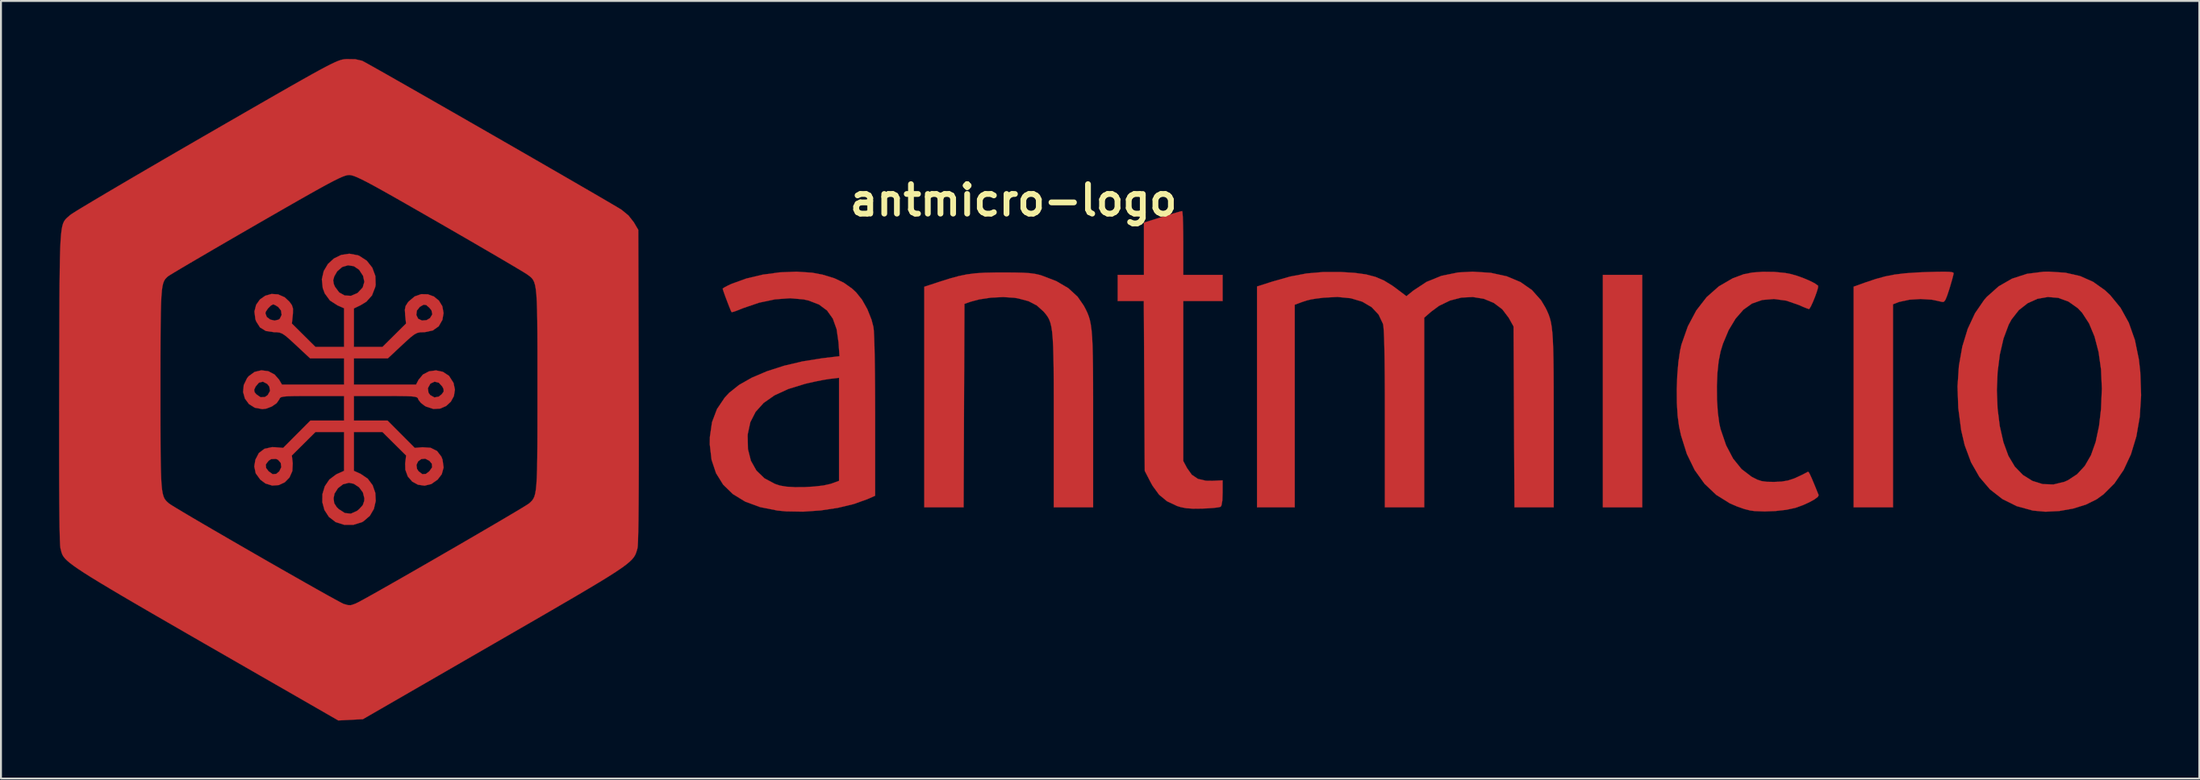
<source format=kicad_pcb>
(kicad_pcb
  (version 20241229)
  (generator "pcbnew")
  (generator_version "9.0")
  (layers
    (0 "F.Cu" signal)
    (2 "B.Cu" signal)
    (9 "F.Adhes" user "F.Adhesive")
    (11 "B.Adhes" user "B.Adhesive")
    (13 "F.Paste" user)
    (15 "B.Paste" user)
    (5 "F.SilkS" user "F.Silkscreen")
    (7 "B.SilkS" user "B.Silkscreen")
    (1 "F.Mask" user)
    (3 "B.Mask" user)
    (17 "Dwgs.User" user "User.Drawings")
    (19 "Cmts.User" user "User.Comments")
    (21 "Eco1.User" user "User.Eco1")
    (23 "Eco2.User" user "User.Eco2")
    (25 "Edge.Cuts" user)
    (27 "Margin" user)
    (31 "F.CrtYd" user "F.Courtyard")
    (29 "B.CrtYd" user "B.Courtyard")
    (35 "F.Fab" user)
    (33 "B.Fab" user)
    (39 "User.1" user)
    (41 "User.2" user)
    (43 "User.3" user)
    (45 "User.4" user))
  (footprint "antmicro-logo"
    (layer "F.Cu")
    (at 57.003 17.608)
    (property "Reference" "antmicro-logo" (at -7.7 -10.3 0) (layer "F.SilkS") (effects (font (size 1.524 1.524) (thickness 0.3))))
    (attr exclude_from_pos_files exclude_from_bom)
    (fp_poly (pts (xy 24.775 5.58) (xy 22.743 5.58) (xy 22.743 -6.443) (xy 24.775 -6.443) (xy 24.775 5.58)) (stroke (width 0.01) (type solid)) (fill yes) (layer "F.Cu"))
    (fp_poly (pts (xy 40.648 -6.599) (xy 40.8 -6.577) (xy 40.859 -6.542) (xy 40.861 -6.53) (xy 40.837 -6.406) (xy 40.773 -6.164) (xy 40.681 -5.849) (xy 40.639 -5.712) (xy 40.525 -5.366) (xy 40.439 -5.157) (xy 40.364 -5.057) (xy 40.286 -5.041) (xy 40.266 -5.046) (xy 39.74 -5.159) (xy 39.152 -5.196) (xy 38.569 -5.158) (xy 38.058 -5.048) (xy 37.962 -5.013) (xy 37.729 -4.923) (xy 37.729 5.58) (xy 35.697 5.58) (xy 35.697 -5.833) (xy 36.31 -6.053) (xy 36.844 -6.232) (xy 37.332 -6.365) (xy 37.821 -6.46) (xy 38.357 -6.525) (xy 38.988 -6.568) (xy 39.443 -6.587) (xy 39.988 -6.603) (xy 40.384 -6.607) (xy 40.648 -6.599)) (stroke (width 0.01) (type solid)) (fill yes) (layer "F.Cu"))
    (fp_poly (pts (xy 1.028 -9.664) (xy 1.044 -9.44) (xy 1.056 -9.098) (xy 1.064 -8.664) (xy 1.068 -8.163) (xy 1.068 -8.094) (xy 1.068 -6.443) (xy 3.1 -6.443) (xy 3.1 -5.088) (xy 1.068 -5.088) (xy 1.068 3.183) (xy 1.261 3.547) (xy 1.508 3.894) (xy 1.827 4.109) (xy 2.241 4.204) (xy 2.571 4.208) (xy 3.1 4.183) (xy 3.1 4.834) (xy 3.085 5.236) (xy 3.041 5.479) (xy 2.994 5.552) (xy 2.868 5.582) (xy 2.615 5.611) (xy 2.277 5.634) (xy 2.042 5.643) (xy 1.577 5.648) (xy 1.227 5.625) (xy 0.937 5.569) (xy 0.747 5.509) (xy 0.231 5.266) (xy -0.179 4.928) (xy -0.518 4.464) (xy -0.625 4.269) (xy -0.922 3.692) (xy -0.946 -0.698) (xy -0.97 -5.088) (xy -2.319 -5.088) (xy -2.319 -6.443) (xy -0.964 -6.443) (xy -0.964 -9.146) (xy -0.005 -9.445) (xy 0.373 -9.562) (xy 0.692 -9.658) (xy 0.916 -9.722) (xy 1.011 -9.745) (xy 1.028 -9.664)) (stroke (width 0.01) (type solid)) (fill yes) (layer "F.Cu"))
    (fp_poly (pts (xy -7.658 -6.565) (xy -7.208 -6.554) (xy -6.861 -6.531) (xy -6.586 -6.494) (xy -6.351 -6.441) (xy -6.259 -6.414) (xy -5.492 -6.12) (xy -4.871 -5.755) (xy -4.39 -5.313) (xy -4.073 -4.853) (xy -3.972 -4.663) (xy -3.886 -4.484) (xy -3.814 -4.3) (xy -3.754 -4.097) (xy -3.707 -3.859) (xy -3.669 -3.572) (xy -3.64 -3.221) (xy -3.619 -2.79) (xy -3.605 -2.265) (xy -3.596 -1.63) (xy -3.591 -0.871) (xy -3.589 0.027) (xy -3.589 1.068) (xy -3.589 5.58) (xy -5.621 5.58) (xy -5.621 1.108) (xy -5.621 0.055) (xy -5.623 -0.842) (xy -5.628 -1.599) (xy -5.638 -2.228) (xy -5.653 -2.746) (xy -5.676 -3.165) (xy -5.706 -3.499) (xy -5.747 -3.764) (xy -5.798 -3.973) (xy -5.861 -4.141) (xy -5.938 -4.281) (xy -6.03 -4.408) (xy -6.139 -4.536) (xy -6.145 -4.544) (xy -6.496 -4.86) (xy -6.923 -5.082) (xy -7.463 -5.226) (xy -7.664 -5.259) (xy -8.232 -5.295) (xy -8.86 -5.265) (xy -9.471 -5.174) (xy -9.916 -5.055) (xy -10.235 -4.944) (xy -10.257 0.318) (xy -10.279 5.58) (xy -12.309 5.58) (xy -12.309 -5.829) (xy -11.526 -6.086) (xy -10.987 -6.256) (xy -10.529 -6.381) (xy -10.107 -6.468) (xy -9.675 -6.524) (xy -9.187 -6.555) (xy -8.599 -6.567) (xy -8.245 -6.568) (xy -7.658 -6.565)) (stroke (width 0.01) (type solid)) (fill yes) (layer "F.Cu"))
    (fp_poly (pts (xy 16.95 -6.549) (xy 17.776 -6.369) (xy 18.487 -6.071) (xy 19.079 -5.657) (xy 19.55 -5.128) (xy 19.776 -4.749) (xy 19.865 -4.567) (xy 19.941 -4.391) (xy 20.005 -4.205) (xy 20.058 -3.996) (xy 20.1 -3.748) (xy 20.133 -3.446) (xy 20.158 -3.075) (xy 20.176 -2.62) (xy 20.189 -2.066) (xy 20.197 -1.399) (xy 20.201 -0.603) (xy 20.202 0.337) (xy 20.203 1.097) (xy 20.203 5.58) (xy 18.176 5.58) (xy 18.152 0.902) (xy 18.128 -3.776) (xy 17.881 -4.222) (xy 17.545 -4.665) (xy 17.108 -4.993) (xy 16.595 -5.205) (xy 16.03 -5.297) (xy 15.439 -5.269) (xy 14.848 -5.117) (xy 14.279 -4.841) (xy 13.874 -4.541) (xy 13.514 -4.228) (xy 13.514 5.58) (xy 11.482 5.58) (xy 11.482 0.997) (xy 11.481 -0.153) (xy 11.476 -1.14) (xy 11.468 -1.967) (xy 11.457 -2.643) (xy 11.443 -3.171) (xy 11.425 -3.557) (xy 11.404 -3.807) (xy 11.385 -3.909) (xy 11.158 -4.388) (xy 10.799 -4.772) (xy 10.318 -5.055) (xy 9.726 -5.233) (xy 9.033 -5.301) (xy 8.331 -5.264) (xy 7.948 -5.218) (xy 7.673 -5.174) (xy 7.446 -5.119) (xy 7.206 -5.04) (xy 7.058 -4.985) (xy 6.825 -4.898) (xy 6.825 5.58) (xy 4.878 5.58) (xy 4.878 -5.842) (xy 5.685 -6.1) (xy 6.593 -6.357) (xy 7.442 -6.517) (xy 8.302 -6.591) (xy 9.196 -6.591) (xy 9.913 -6.548) (xy 10.501 -6.468) (xy 10.997 -6.338) (xy 11.438 -6.149) (xy 11.863 -5.888) (xy 12.038 -5.761) (xy 12.594 -5.34) (xy 12.948 -5.627) (xy 13.634 -6.08) (xy 14.404 -6.393) (xy 15.264 -6.568) (xy 16.012 -6.609) (xy 16.95 -6.549)) (stroke (width 0.01) (type solid)) (fill yes) (layer "F.Cu"))
    (fp_poly (pts (xy 46.634 -6.554) (xy 47.391 -6.382) (xy 48.061 -6.085) (xy 48.666 -5.656) (xy 48.947 -5.395) (xy 49.483 -4.739) (xy 49.908 -3.968) (xy 50.223 -3.076) (xy 50.431 -2.059) (xy 50.503 -1.4) (xy 50.544 -0.216) (xy 50.475 0.892) (xy 50.299 1.911) (xy 50.02 2.834) (xy 49.641 3.647) (xy 49.166 4.343) (xy 48.599 4.908) (xy 48.248 5.162) (xy 47.693 5.438) (xy 47.032 5.643) (xy 46.319 5.769) (xy 45.605 5.806) (xy 44.955 5.747) (xy 44.119 5.518) (xy 43.379 5.15) (xy 42.737 4.648) (xy 42.196 4.013) (xy 41.76 3.25) (xy 41.431 2.363) (xy 41.251 1.59) (xy 41.101 0.443) (xy 41.069 -0.478) (xy 43.093 -0.478) (xy 43.13 0.467) (xy 43.243 1.376) (xy 43.432 2.212) (xy 43.689 2.917) (xy 44.02 3.473) (xy 44.44 3.907) (xy 44.928 4.212) (xy 45.461 4.378) (xy 46.019 4.397) (xy 46.581 4.26) (xy 46.768 4.177) (xy 47.243 3.864) (xy 47.637 3.436) (xy 47.955 2.884) (xy 48.198 2.198) (xy 48.373 1.371) (xy 48.474 0.5) (xy 48.518 -0.562) (xy 48.475 -1.552) (xy 48.348 -2.453) (xy 48.14 -3.252) (xy 47.856 -3.934) (xy 47.498 -4.484) (xy 47.276 -4.72) (xy 46.792 -5.062) (xy 46.268 -5.254) (xy 45.726 -5.299) (xy 45.19 -5.205) (xy 44.683 -4.977) (xy 44.229 -4.62) (xy 43.852 -4.139) (xy 43.705 -3.869) (xy 43.438 -3.154) (xy 43.247 -2.326) (xy 43.132 -1.421) (xy 43.093 -0.478) (xy 41.069 -0.478) (xy 41.062 -0.671) (xy 41.133 -1.737) (xy 41.309 -2.735) (xy 41.588 -3.648) (xy 41.965 -4.458) (xy 42.438 -5.148) (xy 42.578 -5.307) (xy 43.187 -5.85) (xy 43.875 -6.246) (xy 44.647 -6.497) (xy 45.508 -6.606) (xy 45.769 -6.611) (xy 46.634 -6.554)) (stroke (width 0.01) (type solid)) (fill yes) (layer "F.Cu"))
    (fp_poly (pts (xy 31.592 -6.597) (xy 32.15 -6.543) (xy 32.46 -6.484) (xy 32.779 -6.392) (xy 33.123 -6.267) (xy 33.445 -6.129) (xy 33.702 -5.996) (xy 33.85 -5.888) (xy 33.861 -5.873) (xy 33.852 -5.768) (xy 33.791 -5.561) (xy 33.698 -5.301) (xy 33.59 -5.037) (xy 33.488 -4.817) (xy 33.411 -4.69) (xy 33.391 -4.677) (xy 33.287 -4.707) (xy 33.079 -4.791) (xy 32.868 -4.884) (xy 32.221 -5.109) (xy 31.58 -5.196) (xy 30.974 -5.145) (xy 30.444 -4.959) (xy 30.001 -4.642) (xy 29.595 -4.177) (xy 29.238 -3.583) (xy 28.944 -2.88) (xy 28.82 -2.475) (xy 28.722 -1.976) (xy 28.658 -1.362) (xy 28.63 -0.682) (xy 28.637 0.013) (xy 28.68 0.672) (xy 28.757 1.247) (xy 28.82 1.529) (xy 29.107 2.37) (xy 29.469 3.06) (xy 29.906 3.601) (xy 30.419 3.994) (xy 30.459 4.016) (xy 30.718 4.148) (xy 30.946 4.223) (xy 31.209 4.258) (xy 31.572 4.265) (xy 31.59 4.265) (xy 31.971 4.248) (xy 32.306 4.191) (xy 32.645 4.079) (xy 33.041 3.895) (xy 33.337 3.739) (xy 33.374 3.763) (xy 33.438 3.874) (xy 33.536 4.09) (xy 33.678 4.428) (xy 33.871 4.905) (xy 33.889 4.951) (xy 33.841 5.042) (xy 33.669 5.17) (xy 33.407 5.315) (xy 33.091 5.459) (xy 32.756 5.583) (xy 32.669 5.61) (xy 32.214 5.707) (xy 31.665 5.769) (xy 31.096 5.792) (xy 30.58 5.772) (xy 30.363 5.744) (xy 30.045 5.664) (xy 29.664 5.53) (xy 29.304 5.374) (xy 28.602 4.937) (xy 27.995 4.362) (xy 27.487 3.654) (xy 27.08 2.817) (xy 26.778 1.855) (xy 26.677 1.387) (xy 26.603 0.832) (xy 26.565 0.176) (xy 26.559 -0.536) (xy 26.586 -1.255) (xy 26.643 -1.934) (xy 26.73 -2.524) (xy 26.803 -2.844) (xy 27.132 -3.781) (xy 27.566 -4.598) (xy 28.1 -5.288) (xy 28.729 -5.846) (xy 29.447 -6.264) (xy 30.018 -6.477) (xy 30.464 -6.564) (xy 31.009 -6.604) (xy 31.592 -6.597)) (stroke (width 0.01) (type solid)) (fill yes) (layer "F.Cu"))
    (fp_poly (pts (xy -18.101 -6.555) (xy -17.565 -6.454) (xy -16.956 -6.268) (xy -16.466 -6.036) (xy -16.041 -5.733) (xy -15.833 -5.541) (xy -15.525 -5.156) (xy -15.249 -4.664) (xy -15.035 -4.126) (xy -14.936 -3.743) (xy -14.916 -3.552) (xy -14.899 -3.206) (xy -14.883 -2.719) (xy -14.87 -2.105) (xy -14.86 -1.378) (xy -14.853 -0.552) (xy -14.85 0.358) (xy -14.849 0.846) (xy -14.849 4.979) (xy -15.246 5.155) (xy -15.957 5.41) (xy -16.78 5.607) (xy -17.667 5.74) (xy -18.569 5.803) (xy -19.438 5.789) (xy -19.896 5.745) (xy -20.795 5.566) (xy -21.562 5.282) (xy -22.198 4.893) (xy -22.7 4.403) (xy -23.067 3.812) (xy -23.297 3.123) (xy -23.389 2.336) (xy -23.385 1.941) (xy -23.374 1.866) (xy -21.434 1.866) (xy -21.419 2.567) (xy -21.266 3.172) (xy -20.981 3.678) (xy -20.566 4.078) (xy -20.024 4.368) (xy -19.764 4.454) (xy -19.433 4.51) (xy -18.989 4.536) (xy -18.487 4.533) (xy -17.98 4.503) (xy -17.521 4.449) (xy -17.166 4.371) (xy -17.114 4.354) (xy -16.712 4.209) (xy -16.712 -1.121) (xy -17.199 -1.062) (xy -17.51 -1.013) (xy -17.912 -0.934) (xy -18.334 -0.84) (xy -18.466 -0.808) (xy -19.334 -0.541) (xy -20.047 -0.213) (xy -20.609 0.18) (xy -21.023 0.641) (xy -21.295 1.174) (xy -21.427 1.783) (xy -21.434 1.866) (xy -23.374 1.866) (xy -23.275 1.178) (xy -23.019 0.5) (xy -22.615 -0.1) (xy -22.384 -0.347) (xy -21.875 -0.752) (xy -21.219 -1.125) (xy -20.44 -1.457) (xy -19.56 -1.741) (xy -18.6 -1.968) (xy -17.582 -2.13) (xy -17.567 -2.132) (xy -16.689 -2.238) (xy -16.74 -2.957) (xy -16.838 -3.635) (xy -17.033 -4.18) (xy -17.333 -4.601) (xy -17.747 -4.909) (xy -18.284 -5.116) (xy -18.542 -5.174) (xy -19.242 -5.235) (xy -20.02 -5.177) (xy -20.84 -5.005) (xy -21.665 -4.724) (xy -21.737 -4.694) (xy -21.998 -4.591) (xy -22.189 -4.527) (xy -22.264 -4.516) (xy -22.308 -4.606) (xy -22.389 -4.805) (xy -22.489 -5.064) (xy -22.591 -5.335) (xy -22.673 -5.566) (xy -22.719 -5.709) (xy -22.723 -5.73) (xy -22.652 -5.785) (xy -22.468 -5.883) (xy -22.262 -5.979) (xy -21.502 -6.254) (xy -20.659 -6.454) (xy -19.78 -6.573) (xy -18.912 -6.609) (xy -18.101 -6.555)) (stroke (width 0.01) (type solid)) (fill yes) (layer "F.Cu"))
    (fp_poly (pts (xy -41.702 -17.596) (xy -41.352 -17.516) (xy -41.346 -17.513) (xy -41.236 -17.456) (xy -40.992 -17.321) (xy -40.628 -17.116) (xy -40.155 -16.849) (xy -39.588 -16.526) (xy -38.939 -16.156) (xy -38.221 -15.746) (xy -37.448 -15.303) (xy -36.63 -14.835) (xy -35.783 -14.348) (xy -34.919 -13.852) (xy -34.05 -13.352) (xy -33.19 -12.857) (xy -32.351 -12.373) (xy -31.547 -11.909) (xy -30.791 -11.472) (xy -30.095 -11.068) (xy -29.472 -10.707) (xy -28.935 -10.394) (xy -28.498 -10.138) (xy -28.172 -9.946) (xy -27.972 -9.825) (xy -27.949 -9.81) (xy -27.59 -9.515) (xy -27.314 -9.163) (xy -27.084 -8.771) (xy -27.061 -0.701) (xy -27.057 0.844) (xy -27.056 2.237) (xy -27.057 3.477) (xy -27.061 4.563) (xy -27.067 5.491) (xy -27.074 6.259) (xy -27.085 6.867) (xy -27.097 7.311) (xy -27.111 7.589) (xy -27.124 7.69) (xy -27.159 7.817) (xy -27.196 7.933) (xy -27.243 8.044) (xy -27.311 8.156) (xy -27.408 8.273) (xy -27.542 8.403) (xy -27.722 8.551) (xy -27.957 8.723) (xy -28.256 8.925) (xy -28.627 9.162) (xy -29.08 9.441) (xy -29.624 9.767) (xy -30.266 10.147) (xy -31.016 10.585) (xy -31.882 11.089) (xy -32.874 11.663) (xy -34 12.313) (xy -34.501 12.603) (xy -41.308 16.535) (xy -41.943 16.568) (xy -42.578 16.601) (xy -45.075 15.164) (xy -46.605 14.285) (xy -47.994 13.486) (xy -49.251 12.763) (xy -50.381 12.112) (xy -51.392 11.528) (xy -52.291 11.008) (xy -53.084 10.546) (xy -53.777 10.14) (xy -54.379 9.783) (xy -54.895 9.473) (xy -55.332 9.205) (xy -55.698 8.974) (xy -55.999 8.776) (xy -56.242 8.607) (xy -56.433 8.463) (xy -56.58 8.339) (xy -56.689 8.231) (xy -56.767 8.135) (xy -56.821 8.046) (xy -56.858 7.961) (xy -56.885 7.874) (xy -56.907 7.782) (xy -56.931 7.69) (xy -56.947 7.541) (xy -56.961 7.225) (xy -56.973 6.744) (xy -56.982 6.1) (xy -56.99 5.295) (xy -56.995 4.33) (xy -56.998 3.209) (xy -56.998 1.932) (xy -56.997 0.503) (xy -56.994 -0.516) (xy -51.764 -0.516) (xy -51.764 0.585) (xy -51.763 1.529) (xy -51.76 2.329) (xy -51.755 2.999) (xy -51.745 3.552) (xy -51.731 4) (xy -51.712 4.356) (xy -51.686 4.634) (xy -51.652 4.845) (xy -51.61 5.004) (xy -51.558 5.123) (xy -51.496 5.214) (xy -51.423 5.292) (xy -51.337 5.369) (xy -51.33 5.375) (xy -51.217 5.452) (xy -50.973 5.603) (xy -50.614 5.819) (xy -50.157 6.09) (xy -49.616 6.408) (xy -49.009 6.762) (xy -48.351 7.144) (xy -47.658 7.546) (xy -46.946 7.956) (xy -46.231 8.368) (xy -45.529 8.77) (xy -44.855 9.154) (xy -44.227 9.511) (xy -43.659 9.832) (xy -43.168 10.108) (xy -42.769 10.328) (xy -42.479 10.485) (xy -42.314 10.569) (xy -42.288 10.579) (xy -42.078 10.637) (xy -41.931 10.64) (xy -41.757 10.584) (xy -41.654 10.542) (xy -41.513 10.471) (xy -41.244 10.325) (xy -40.865 10.114) (xy -40.39 9.847) (xy -39.836 9.532) (xy -39.219 9.18) (xy -38.555 8.799) (xy -37.859 8.399) (xy -37.149 7.988) (xy -36.44 7.578) (xy -35.748 7.175) (xy -35.089 6.791) (xy -34.479 6.434) (xy -33.934 6.113) (xy -33.471 5.838) (xy -33.105 5.619) (xy -32.852 5.463) (xy -32.729 5.381) (xy -32.724 5.377) (xy -32.638 5.299) (xy -32.563 5.221) (xy -32.501 5.13) (xy -32.448 5.014) (xy -32.406 4.859) (xy -32.371 4.651) (xy -32.345 4.38) (xy -32.325 4.03) (xy -32.31 3.59) (xy -32.301 3.046) (xy -32.295 2.386) (xy -32.292 1.597) (xy -32.291 0.665) (xy -32.291 -0.423) (xy -32.291 -0.516) (xy -32.291 -1.621) (xy -32.291 -2.57) (xy -32.294 -3.376) (xy -32.3 -4.05) (xy -32.31 -4.607) (xy -32.325 -5.058) (xy -32.346 -5.418) (xy -32.376 -5.698) (xy -32.413 -5.911) (xy -32.461 -6.071) (xy -32.519 -6.19) (xy -32.59 -6.281) (xy -32.673 -6.357) (xy -32.771 -6.431) (xy -32.811 -6.46) (xy -32.935 -6.54) (xy -33.192 -6.696) (xy -33.568 -6.92) (xy -34.049 -7.204) (xy -34.62 -7.539) (xy -35.269 -7.917) (xy -35.979 -8.33) (xy -36.739 -8.769) (xy -37.379 -9.139) (xy -38.294 -9.665) (xy -39.074 -10.112) (xy -39.732 -10.487) (xy -40.278 -10.794) (xy -40.726 -11.042) (xy -41.086 -11.235) (xy -41.37 -11.38) (xy -41.59 -11.483) (xy -41.757 -11.551) (xy -41.885 -11.59) (xy -41.983 -11.606) (xy -42.018 -11.607) (xy -42.107 -11.599) (xy -42.219 -11.571) (xy -42.367 -11.517) (xy -42.561 -11.43) (xy -42.814 -11.305) (xy -43.137 -11.135) (xy -43.541 -10.914) (xy -44.038 -10.636) (xy -44.639 -10.295) (xy -45.357 -9.884) (xy -46.202 -9.398) (xy -46.794 -9.057) (xy -47.59 -8.597) (xy -48.345 -8.159) (xy -49.046 -7.751) (xy -49.68 -7.38) (xy -50.234 -7.056) (xy -50.693 -6.784) (xy -51.045 -6.574) (xy -51.276 -6.433) (xy -51.374 -6.369) (xy -51.451 -6.299) (xy -51.518 -6.225) (xy -51.575 -6.134) (xy -51.622 -6.013) (xy -51.661 -5.85) (xy -51.691 -5.631) (xy -51.715 -5.343) (xy -51.733 -4.975) (xy -51.746 -4.512) (xy -51.755 -3.943) (xy -51.76 -3.253) (xy -51.763 -2.431) (xy -51.764 -1.464) (xy -51.764 -0.516) (xy -56.994 -0.516) (xy -56.994 -0.701) (xy -56.99 -2.072) (xy -56.987 -3.285) (xy -56.984 -4.35) (xy -56.98 -5.275) (xy -56.974 -6.073) (xy -56.966 -6.753) (xy -56.956 -7.326) (xy -56.942 -7.802) (xy -56.924 -8.191) (xy -56.901 -8.504) (xy -56.873 -8.751) (xy -56.839 -8.942) (xy -56.799 -9.088) (xy -56.751 -9.199) (xy -56.695 -9.285) (xy -56.63 -9.357) (xy -56.556 -9.425) (xy -56.472 -9.499) (xy -56.436 -9.532) (xy -56.329 -9.607) (xy -56.085 -9.761) (xy -55.715 -9.986) (xy -55.231 -10.276) (xy -54.644 -10.625) (xy -53.963 -11.027) (xy -53.199 -11.476) (xy -52.364 -11.964) (xy -51.469 -12.486) (xy -50.523 -13.035) (xy -49.537 -13.606) (xy -49.432 -13.666) (xy -48.283 -14.33) (xy -47.272 -14.913) (xy -46.388 -15.422) (xy -45.622 -15.862) (xy -44.964 -16.238) (xy -44.406 -16.554) (xy -43.937 -16.817) (xy -43.549 -17.031) (xy -43.231 -17.201) (xy -42.974 -17.332) (xy -42.768 -17.431) (xy -42.605 -17.501) (xy -42.474 -17.548) (xy -42.367 -17.577) (xy -42.272 -17.593) (xy -42.182 -17.601) (xy -42.156 -17.603) (xy -41.702 -17.596)) (stroke (width 0.01) (type solid)) (fill yes) (layer "F.Cu"))
    (fp_poly (pts (xy -41.571 -7.457) (xy -41.495 -7.427) (xy -41.107 -7.174) (xy -40.823 -6.815) (xy -40.664 -6.386) (xy -40.65 -5.927) (xy -40.67 -5.814) (xy -40.838 -5.38) (xy -41.129 -5.055) (xy -41.423 -4.876) (xy -41.773 -4.707) (xy -41.773 -2.717) (xy -40.296 -2.717) (xy -39.687 -3.322) (xy -39.079 -3.926) (xy -39.124 -4.362) (xy -39.124 -4.371) (xy -38.549 -4.371) (xy -38.454 -4.174) (xy -38.257 -4.082) (xy -38.019 -4.101) (xy -37.842 -4.205) (xy -37.721 -4.403) (xy -37.764 -4.607) (xy -37.879 -4.749) (xy -38.04 -4.886) (xy -38.173 -4.9) (xy -38.355 -4.796) (xy -38.368 -4.787) (xy -38.518 -4.599) (xy -38.549 -4.371) (xy -39.124 -4.371) (xy -39.14 -4.641) (xy -39.102 -4.83) (xy -38.992 -5.006) (xy -38.942 -5.067) (xy -38.634 -5.327) (xy -38.295 -5.446) (xy -37.955 -5.439) (xy -37.64 -5.323) (xy -37.381 -5.111) (xy -37.205 -4.821) (xy -37.141 -4.468) (xy -37.201 -4.116) (xy -37.392 -3.783) (xy -37.698 -3.568) (xy -38.106 -3.481) (xy -38.175 -3.479) (xy -38.352 -3.473) (xy -38.499 -3.442) (xy -38.649 -3.364) (xy -38.835 -3.222) (xy -39.089 -2.995) (xy -39.296 -2.802) (xy -40.02 -2.125) (xy -41.773 -2.125) (xy -41.773 -0.77) (xy -38.56 -0.77) (xy -38.435 -1.013) (xy -38.206 -1.289) (xy -37.89 -1.454) (xy -37.532 -1.503) (xy -37.179 -1.43) (xy -36.875 -1.231) (xy -36.846 -1.2) (xy -36.627 -0.857) (xy -36.554 -0.508) (xy -36.607 -0.175) (xy -36.765 0.115) (xy -37.009 0.339) (xy -37.316 0.472) (xy -37.668 0.491) (xy -38.044 0.369) (xy -38.121 0.326) (xy -38.316 0.173) (xy -38.438 0.015) (xy -38.448 -0.012) (xy -38.471 -0.069) (xy -38.523 -0.111) (xy -38.625 -0.141) (xy -38.801 -0.16) (xy -39.074 -0.171) (xy -39.465 -0.176) (xy -39.998 -0.177) (xy -40.132 -0.177) (xy -41.773 -0.177) (xy -41.773 1.093) (xy -40.034 1.093) (xy -38.628 2.506) (xy -38.232 2.472) (xy -37.808 2.501) (xy -37.478 2.666) (xy -37.253 2.96) (xy -37.195 3.113) (xy -37.138 3.518) (xy -37.235 3.868) (xy -37.447 4.145) (xy -37.775 4.375) (xy -38.123 4.458) (xy -38.462 4.41) (xy -38.76 4.247) (xy -38.988 3.984) (xy -39.115 3.636) (xy -39.121 3.382) (xy -38.54 3.382) (xy -38.512 3.593) (xy -38.431 3.715) (xy -38.239 3.863) (xy -38.053 3.851) (xy -37.879 3.717) (xy -37.732 3.511) (xy -37.745 3.326) (xy -37.872 3.173) (xy -38.086 3.063) (xy -38.292 3.083) (xy -38.455 3.201) (xy -38.54 3.382) (xy -39.121 3.382) (xy -39.123 3.298) (xy -39.075 2.898) (xy -40.296 1.685) (xy -41.773 1.685) (xy -41.773 3.692) (xy -41.424 3.849) (xy -41.058 4.097) (xy -40.805 4.436) (xy -40.667 4.832) (xy -40.645 5.25) (xy -40.739 5.658) (xy -40.95 6.02) (xy -41.281 6.303) (xy -41.355 6.345) (xy -41.798 6.483) (xy -42.271 6.483) (xy -42.709 6.345) (xy -42.718 6.34) (xy -43.065 6.072) (xy -43.293 5.718) (xy -43.403 5.313) (xy -43.4 5.114) (xy -42.823 5.114) (xy -42.789 5.366) (xy -42.66 5.57) (xy -42.551 5.675) (xy -42.238 5.875) (xy -41.929 5.906) (xy -41.619 5.768) (xy -41.504 5.675) (xy -41.314 5.466) (xy -41.239 5.248) (xy -41.231 5.114) (xy -41.308 4.807) (xy -41.506 4.54) (xy -41.781 4.36) (xy -42.027 4.31) (xy -42.332 4.387) (xy -42.595 4.588) (xy -42.773 4.866) (xy -42.823 5.114) (xy -43.4 5.114) (xy -43.397 4.893) (xy -43.275 4.49) (xy -43.039 4.141) (xy -42.69 3.878) (xy -42.63 3.849) (xy -42.281 3.692) (xy -42.281 1.685) (xy -43.759 1.685) (xy -44.979 2.898) (xy -44.932 3.298) (xy -44.953 3.704) (xy -45.101 4.038) (xy -45.343 4.284) (xy -45.651 4.428) (xy -45.993 4.453) (xy -46.341 4.345) (xy -46.608 4.145) (xy -46.843 3.821) (xy -46.918 3.465) (xy -46.901 3.361) (xy -46.324 3.361) (xy -46.308 3.547) (xy -46.176 3.717) (xy -45.97 3.864) (xy -45.785 3.85) (xy -45.629 3.721) (xy -45.523 3.503) (xy -45.551 3.282) (xy -45.697 3.116) (xy -45.8 3.074) (xy -46.049 3.086) (xy -46.179 3.17) (xy -46.324 3.361) (xy -46.901 3.361) (xy -46.86 3.113) (xy -46.68 2.769) (xy -46.392 2.552) (xy -46.004 2.467) (xy -45.822 2.472) (xy -45.427 2.506) (xy -44.021 1.093) (xy -42.281 1.093) (xy -42.281 -0.177) (xy -43.927 -0.177) (xy -44.493 -0.177) (xy -44.913 -0.173) (xy -45.21 -0.164) (xy -45.406 -0.147) (xy -45.524 -0.12) (xy -45.587 -0.08) (xy -45.619 -0.026) (xy -45.628 -0.002) (xy -45.764 0.193) (xy -46.01 0.363) (xy -46.304 0.475) (xy -46.498 0.5) (xy -46.889 0.429) (xy -47.194 0.237) (xy -47.401 -0.044) (xy -47.495 -0.381) (xy -47.485 -0.496) (xy -46.926 -0.496) (xy -46.902 -0.374) (xy -46.816 -0.268) (xy -46.595 -0.115) (xy -46.368 -0.125) (xy -46.224 -0.226) (xy -46.103 -0.444) (xy -46.128 -0.586) (xy -37.951 -0.586) (xy -37.919 -0.348) (xy -37.83 -0.226) (xy -37.613 -0.104) (xy -37.386 -0.147) (xy -37.238 -0.268) (xy -37.135 -0.408) (xy -37.14 -0.536) (xy -37.207 -0.67) (xy -37.386 -0.865) (xy -37.602 -0.921) (xy -37.81 -0.826) (xy -37.826 -0.811) (xy -37.951 -0.586) (xy -46.128 -0.586) (xy -46.144 -0.671) (xy -46.254 -0.807) (xy -46.472 -0.92) (xy -46.678 -0.868) (xy -46.848 -0.669) (xy -46.926 -0.496) (xy -47.485 -0.496) (xy -47.463 -0.743) (xy -47.292 -1.097) (xy -47.209 -1.2) (xy -46.906 -1.422) (xy -46.553 -1.507) (xy -46.193 -1.461) (xy -45.868 -1.288) (xy -45.638 -1.023) (xy -45.489 -0.77) (xy -42.281 -0.77) (xy -42.281 -2.125) (xy -44.034 -2.125) (xy -44.758 -2.802) (xy -45.071 -3.091) (xy -45.294 -3.284) (xy -45.462 -3.399) (xy -45.606 -3.457) (xy -45.762 -3.477) (xy -45.902 -3.479) (xy -46.319 -3.54) (xy -46.623 -3.726) (xy -46.824 -4.043) (xy -46.862 -4.154) (xy -46.899 -4.459) (xy -46.345 -4.459) (xy -46.273 -4.266) (xy -46.094 -4.131) (xy -45.869 -4.078) (xy -45.659 -4.128) (xy -45.6 -4.174) (xy -45.505 -4.373) (xy -45.538 -4.602) (xy -45.687 -4.787) (xy -45.849 -4.885) (xy -45.941 -4.919) (xy -46.064 -4.855) (xy -46.209 -4.709) (xy -46.32 -4.545) (xy -46.345 -4.459) (xy -46.899 -4.459) (xy -46.91 -4.551) (xy -46.822 -4.895) (xy -46.627 -5.17) (xy -46.353 -5.362) (xy -46.03 -5.455) (xy -45.687 -5.434) (xy -45.351 -5.285) (xy -45.113 -5.067) (xy -44.977 -4.881) (xy -44.92 -4.704) (xy -44.922 -4.459) (xy -44.931 -4.362) (xy -44.976 -3.926) (xy -44.368 -3.322) (xy -43.759 -2.717) (xy -42.281 -2.717) (xy -42.281 -4.717) (xy -42.618 -4.865) (xy -43.012 -5.12) (xy -43.279 -5.485) (xy -43.382 -5.765) (xy -43.422 -6.163) (xy -42.843 -6.163) (xy -42.811 -5.969) (xy -42.75 -5.826) (xy -42.533 -5.534) (xy -42.245 -5.375) (xy -41.922 -5.359) (xy -41.604 -5.495) (xy -41.567 -5.522) (xy -41.317 -5.792) (xy -41.232 -6.085) (xy -41.299 -6.393) (xy -41.505 -6.71) (xy -41.776 -6.892) (xy -42.078 -6.938) (xy -42.376 -6.85) (xy -42.635 -6.628) (xy -42.785 -6.368) (xy -42.843 -6.163) (xy -43.422 -6.163) (xy -43.428 -6.22) (xy -43.331 -6.64) (xy -43.116 -7.003) (xy -42.808 -7.288) (xy -42.431 -7.473) (xy -42.011 -7.537) (xy -41.571 -7.457)) (stroke (width 0.01) (type solid)) (fill yes) (layer "F.Cu"))
    (fp_poly (pts (xy 24.775 5.58) (xy 22.743 5.58) (xy 22.743 -6.443) (xy 24.775 -6.443) (xy 24.775 5.58)) (stroke (width 0.01) (type solid)) (fill yes) (layer "F.Mask"))
    (fp_poly (pts (xy 40.648 -6.599) (xy 40.8 -6.577) (xy 40.859 -6.542) (xy 40.861 -6.53) (xy 40.837 -6.406) (xy 40.773 -6.164) (xy 40.681 -5.849) (xy 40.639 -5.712) (xy 40.525 -5.366) (xy 40.439 -5.157) (xy 40.364 -5.057) (xy 40.286 -5.041) (xy 40.266 -5.046) (xy 39.74 -5.159) (xy 39.152 -5.196) (xy 38.569 -5.158) (xy 38.058 -5.048) (xy 37.962 -5.013) (xy 37.729 -4.923) (xy 37.729 5.58) (xy 35.697 5.58) (xy 35.697 -5.833) (xy 36.31 -6.053) (xy 36.844 -6.232) (xy 37.332 -6.365) (xy 37.821 -6.46) (xy 38.357 -6.525) (xy 38.988 -6.568) (xy 39.443 -6.587) (xy 39.988 -6.603) (xy 40.384 -6.607) (xy 40.648 -6.599)) (stroke (width 0.01) (type solid)) (fill yes) (layer "F.Mask"))
    (fp_poly (pts (xy 1.028 -9.664) (xy 1.044 -9.44) (xy 1.056 -9.098) (xy 1.064 -8.664) (xy 1.068 -8.163) (xy 1.068 -8.094) (xy 1.068 -6.443) (xy 3.1 -6.443) (xy 3.1 -5.088) (xy 1.068 -5.088) (xy 1.068 3.183) (xy 1.261 3.547) (xy 1.508 3.894) (xy 1.827 4.109) (xy 2.241 4.204) (xy 2.571 4.208) (xy 3.1 4.183) (xy 3.1 4.834) (xy 3.085 5.236) (xy 3.041 5.479) (xy 2.994 5.552) (xy 2.868 5.582) (xy 2.615 5.611) (xy 2.277 5.634) (xy 2.042 5.643) (xy 1.577 5.648) (xy 1.227 5.625) (xy 0.937 5.569) (xy 0.747 5.509) (xy 0.231 5.266) (xy -0.179 4.928) (xy -0.518 4.464) (xy -0.625 4.269) (xy -0.922 3.692) (xy -0.946 -0.698) (xy -0.97 -5.088) (xy -2.319 -5.088) (xy -2.319 -6.443) (xy -0.964 -6.443) (xy -0.964 -9.146) (xy -0.005 -9.445) (xy 0.373 -9.562) (xy 0.692 -9.658) (xy 0.916 -9.722) (xy 1.011 -9.745) (xy 1.028 -9.664)) (stroke (width 0.01) (type solid)) (fill yes) (layer "F.Mask"))
    (fp_poly (pts (xy -7.658 -6.565) (xy -7.208 -6.554) (xy -6.861 -6.531) (xy -6.586 -6.494) (xy -6.351 -6.441) (xy -6.259 -6.414) (xy -5.492 -6.12) (xy -4.871 -5.755) (xy -4.39 -5.313) (xy -4.073 -4.853) (xy -3.972 -4.663) (xy -3.886 -4.484) (xy -3.814 -4.3) (xy -3.754 -4.097) (xy -3.707 -3.859) (xy -3.669 -3.572) (xy -3.64 -3.221) (xy -3.619 -2.79) (xy -3.605 -2.265) (xy -3.596 -1.63) (xy -3.591 -0.871) (xy -3.589 0.027) (xy -3.589 1.068) (xy -3.589 5.58) (xy -5.621 5.58) (xy -5.621 1.108) (xy -5.621 0.055) (xy -5.623 -0.842) (xy -5.628 -1.599) (xy -5.638 -2.228) (xy -5.653 -2.746) (xy -5.676 -3.165) (xy -5.706 -3.499) (xy -5.747 -3.764) (xy -5.798 -3.973) (xy -5.861 -4.141) (xy -5.938 -4.281) (xy -6.03 -4.408) (xy -6.139 -4.536) (xy -6.145 -4.544) (xy -6.496 -4.86) (xy -6.923 -5.082) (xy -7.463 -5.226) (xy -7.664 -5.259) (xy -8.232 -5.295) (xy -8.86 -5.265) (xy -9.471 -5.174) (xy -9.916 -5.055) (xy -10.235 -4.944) (xy -10.257 0.318) (xy -10.279 5.58) (xy -12.309 5.58) (xy -12.309 -5.829) (xy -11.526 -6.086) (xy -10.987 -6.256) (xy -10.529 -6.381) (xy -10.107 -6.468) (xy -9.675 -6.524) (xy -9.187 -6.555) (xy -8.599 -6.567) (xy -8.245 -6.568) (xy -7.658 -6.565)) (stroke (width 0.01) (type solid)) (fill yes) (layer "F.Mask"))
    (fp_poly (pts (xy 16.95 -6.549) (xy 17.776 -6.369) (xy 18.487 -6.071) (xy 19.079 -5.657) (xy 19.55 -5.128) (xy 19.776 -4.749) (xy 19.865 -4.567) (xy 19.941 -4.391) (xy 20.005 -4.205) (xy 20.058 -3.996) (xy 20.1 -3.748) (xy 20.133 -3.446) (xy 20.158 -3.075) (xy 20.176 -2.62) (xy 20.189 -2.066) (xy 20.197 -1.399) (xy 20.201 -0.603) (xy 20.202 0.337) (xy 20.203 1.097) (xy 20.203 5.58) (xy 18.176 5.58) (xy 18.152 0.902) (xy 18.128 -3.776) (xy 17.881 -4.222) (xy 17.545 -4.665) (xy 17.108 -4.993) (xy 16.595 -5.205) (xy 16.03 -5.297) (xy 15.439 -5.269) (xy 14.848 -5.117) (xy 14.279 -4.841) (xy 13.874 -4.541) (xy 13.514 -4.228) (xy 13.514 5.58) (xy 11.482 5.58) (xy 11.482 0.997) (xy 11.481 -0.153) (xy 11.476 -1.14) (xy 11.468 -1.967) (xy 11.457 -2.643) (xy 11.443 -3.171) (xy 11.425 -3.557) (xy 11.404 -3.807) (xy 11.385 -3.909) (xy 11.158 -4.388) (xy 10.799 -4.772) (xy 10.318 -5.055) (xy 9.726 -5.233) (xy 9.033 -5.301) (xy 8.331 -5.264) (xy 7.948 -5.218) (xy 7.673 -5.174) (xy 7.446 -5.119) (xy 7.206 -5.04) (xy 7.058 -4.985) (xy 6.825 -4.898) (xy 6.825 5.58) (xy 4.878 5.58) (xy 4.878 -5.842) (xy 5.685 -6.1) (xy 6.593 -6.357) (xy 7.442 -6.517) (xy 8.302 -6.591) (xy 9.196 -6.591) (xy 9.913 -6.548) (xy 10.501 -6.468) (xy 10.997 -6.338) (xy 11.438 -6.149) (xy 11.863 -5.888) (xy 12.038 -5.761) (xy 12.594 -5.34) (xy 12.948 -5.627) (xy 13.634 -6.08) (xy 14.404 -6.393) (xy 15.264 -6.568) (xy 16.012 -6.609) (xy 16.95 -6.549)) (stroke (width 0.01) (type solid)) (fill yes) (layer "F.Mask"))
    (fp_poly (pts (xy 46.634 -6.554) (xy 47.391 -6.382) (xy 48.061 -6.085) (xy 48.666 -5.656) (xy 48.947 -5.395) (xy 49.483 -4.739) (xy 49.908 -3.968) (xy 50.223 -3.076) (xy 50.431 -2.059) (xy 50.503 -1.4) (xy 50.544 -0.216) (xy 50.475 0.892) (xy 50.299 1.911) (xy 50.02 2.834) (xy 49.641 3.647) (xy 49.166 4.343) (xy 48.599 4.908) (xy 48.248 5.162) (xy 47.693 5.438) (xy 47.032 5.643) (xy 46.319 5.769) (xy 45.605 5.806) (xy 44.955 5.747) (xy 44.119 5.518) (xy 43.379 5.15) (xy 42.737 4.648) (xy 42.196 4.013) (xy 41.76 3.25) (xy 41.431 2.363) (xy 41.251 1.59) (xy 41.101 0.443) (xy 41.069 -0.478) (xy 43.093 -0.478) (xy 43.13 0.467) (xy 43.243 1.376) (xy 43.432 2.212) (xy 43.689 2.917) (xy 44.02 3.473) (xy 44.44 3.907) (xy 44.928 4.212) (xy 45.461 4.378) (xy 46.019 4.397) (xy 46.581 4.26) (xy 46.768 4.177) (xy 47.243 3.864) (xy 47.637 3.436) (xy 47.955 2.884) (xy 48.198 2.198) (xy 48.373 1.371) (xy 48.474 0.5) (xy 48.518 -0.562) (xy 48.475 -1.552) (xy 48.348 -2.453) (xy 48.14 -3.252) (xy 47.856 -3.934) (xy 47.498 -4.484) (xy 47.276 -4.72) (xy 46.792 -5.062) (xy 46.268 -5.254) (xy 45.726 -5.299) (xy 45.19 -5.205) (xy 44.683 -4.977) (xy 44.229 -4.62) (xy 43.852 -4.139) (xy 43.705 -3.869) (xy 43.438 -3.154) (xy 43.247 -2.326) (xy 43.132 -1.421) (xy 43.093 -0.478) (xy 41.069 -0.478) (xy 41.062 -0.671) (xy 41.133 -1.737) (xy 41.309 -2.735) (xy 41.588 -3.648) (xy 41.965 -4.458) (xy 42.438 -5.148) (xy 42.578 -5.307) (xy 43.187 -5.85) (xy 43.875 -6.246) (xy 44.647 -6.497) (xy 45.508 -6.606) (xy 45.769 -6.611) (xy 46.634 -6.554)) (stroke (width 0.01) (type solid)) (fill yes) (layer "F.Mask"))
    (fp_poly (pts (xy 31.592 -6.597) (xy 32.15 -6.543) (xy 32.46 -6.484) (xy 32.779 -6.392) (xy 33.123 -6.267) (xy 33.445 -6.129) (xy 33.702 -5.996) (xy 33.85 -5.888) (xy 33.861 -5.873) (xy 33.852 -5.768) (xy 33.791 -5.561) (xy 33.698 -5.301) (xy 33.59 -5.037) (xy 33.488 -4.817) (xy 33.411 -4.69) (xy 33.391 -4.677) (xy 33.287 -4.707) (xy 33.079 -4.791) (xy 32.868 -4.884) (xy 32.221 -5.109) (xy 31.58 -5.196) (xy 30.974 -5.145) (xy 30.444 -4.959) (xy 30.001 -4.642) (xy 29.595 -4.177) (xy 29.238 -3.583) (xy 28.944 -2.88) (xy 28.82 -2.475) (xy 28.722 -1.976) (xy 28.658 -1.362) (xy 28.63 -0.682) (xy 28.637 0.013) (xy 28.68 0.672) (xy 28.757 1.247) (xy 28.82 1.529) (xy 29.107 2.37) (xy 29.469 3.06) (xy 29.906 3.601) (xy 30.419 3.994) (xy 30.459 4.016) (xy 30.718 4.148) (xy 30.946 4.223) (xy 31.209 4.258) (xy 31.572 4.265) (xy 31.59 4.265) (xy 31.971 4.248) (xy 32.306 4.191) (xy 32.645 4.079) (xy 33.041 3.895) (xy 33.337 3.739) (xy 33.374 3.763) (xy 33.438 3.874) (xy 33.536 4.09) (xy 33.678 4.428) (xy 33.871 4.905) (xy 33.889 4.951) (xy 33.841 5.042) (xy 33.669 5.17) (xy 33.407 5.315) (xy 33.091 5.459) (xy 32.756 5.583) (xy 32.669 5.61) (xy 32.214 5.707) (xy 31.665 5.769) (xy 31.096 5.792) (xy 30.58 5.772) (xy 30.363 5.744) (xy 30.045 5.664) (xy 29.664 5.53) (xy 29.304 5.374) (xy 28.602 4.937) (xy 27.995 4.362) (xy 27.487 3.654) (xy 27.08 2.817) (xy 26.778 1.855) (xy 26.677 1.387) (xy 26.603 0.832) (xy 26.565 0.176) (xy 26.559 -0.536) (xy 26.586 -1.255) (xy 26.643 -1.934) (xy 26.73 -2.524) (xy 26.803 -2.844) (xy 27.132 -3.781) (xy 27.566 -4.598) (xy 28.1 -5.288) (xy 28.729 -5.846) (xy 29.447 -6.264) (xy 30.018 -6.477) (xy 30.464 -6.564) (xy 31.009 -6.604) (xy 31.592 -6.597)) (stroke (width 0.01) (type solid)) (fill yes) (layer "F.Mask"))
    (fp_poly (pts (xy -18.101 -6.555) (xy -17.565 -6.454) (xy -16.956 -6.268) (xy -16.466 -6.036) (xy -16.041 -5.733) (xy -15.833 -5.541) (xy -15.525 -5.156) (xy -15.249 -4.664) (xy -15.035 -4.126) (xy -14.936 -3.743) (xy -14.916 -3.552) (xy -14.899 -3.206) (xy -14.883 -2.719) (xy -14.87 -2.105) (xy -14.86 -1.378) (xy -14.853 -0.552) (xy -14.85 0.358) (xy -14.849 0.846) (xy -14.849 4.979) (xy -15.246 5.155) (xy -15.957 5.41) (xy -16.78 5.607) (xy -17.667 5.74) (xy -18.569 5.803) (xy -19.438 5.789) (xy -19.896 5.745) (xy -20.795 5.566) (xy -21.562 5.282) (xy -22.198 4.893) (xy -22.7 4.403) (xy -23.067 3.812) (xy -23.297 3.123) (xy -23.389 2.336) (xy -23.385 1.941) (xy -23.374 1.866) (xy -21.434 1.866) (xy -21.419 2.567) (xy -21.266 3.172) (xy -20.981 3.678) (xy -20.566 4.078) (xy -20.024 4.368) (xy -19.764 4.454) (xy -19.433 4.51) (xy -18.989 4.536) (xy -18.487 4.533) (xy -17.98 4.503) (xy -17.521 4.449) (xy -17.166 4.371) (xy -17.114 4.354) (xy -16.712 4.209) (xy -16.712 -1.121) (xy -17.199 -1.062) (xy -17.51 -1.013) (xy -17.912 -0.934) (xy -18.334 -0.84) (xy -18.466 -0.808) (xy -19.334 -0.541) (xy -20.047 -0.213) (xy -20.609 0.18) (xy -21.023 0.641) (xy -21.295 1.174) (xy -21.427 1.783) (xy -21.434 1.866) (xy -23.374 1.866) (xy -23.275 1.178) (xy -23.019 0.5) (xy -22.615 -0.1) (xy -22.384 -0.347) (xy -21.875 -0.752) (xy -21.219 -1.125) (xy -20.44 -1.457) (xy -19.56 -1.741) (xy -18.6 -1.968) (xy -17.582 -2.13) (xy -17.567 -2.132) (xy -16.689 -2.238) (xy -16.74 -2.957) (xy -16.838 -3.635) (xy -17.033 -4.18) (xy -17.333 -4.601) (xy -17.747 -4.909) (xy -18.284 -5.116) (xy -18.542 -5.174) (xy -19.242 -5.235) (xy -20.02 -5.177) (xy -20.84 -5.005) (xy -21.665 -4.724) (xy -21.737 -4.694) (xy -21.998 -4.591) (xy -22.189 -4.527) (xy -22.264 -4.516) (xy -22.308 -4.606) (xy -22.389 -4.805) (xy -22.489 -5.064) (xy -22.591 -5.335) (xy -22.673 -5.566) (xy -22.719 -5.709) (xy -22.723 -5.73) (xy -22.652 -5.785) (xy -22.468 -5.883) (xy -22.262 -5.979) (xy -21.502 -6.254) (xy -20.659 -6.454) (xy -19.78 -6.573) (xy -18.912 -6.609) (xy -18.101 -6.555)) (stroke (width 0.01) (type solid)) (fill yes) (layer "F.Mask"))
    (fp_poly (pts (xy -41.702 -17.596) (xy -41.352 -17.516) (xy -41.346 -17.513) (xy -41.236 -17.456) (xy -40.992 -17.321) (xy -40.628 -17.116) (xy -40.155 -16.849) (xy -39.588 -16.526) (xy -38.939 -16.156) (xy -38.221 -15.746) (xy -37.448 -15.303) (xy -36.63 -14.835) (xy -35.783 -14.348) (xy -34.919 -13.852) (xy -34.05 -13.352) (xy -33.19 -12.857) (xy -32.351 -12.373) (xy -31.547 -11.909) (xy -30.791 -11.472) (xy -30.095 -11.068) (xy -29.472 -10.707) (xy -28.935 -10.394) (xy -28.498 -10.138) (xy -28.172 -9.946) (xy -27.972 -9.825) (xy -27.949 -9.81) (xy -27.59 -9.515) (xy -27.314 -9.163) (xy -27.084 -8.771) (xy -27.061 -0.701) (xy -27.057 0.844) (xy -27.056 2.237) (xy -27.057 3.477) (xy -27.061 4.563) (xy -27.067 5.491) (xy -27.074 6.259) (xy -27.085 6.867) (xy -27.097 7.311) (xy -27.111 7.589) (xy -27.124 7.69) (xy -27.159 7.817) (xy -27.196 7.933) (xy -27.243 8.044) (xy -27.311 8.156) (xy -27.408 8.273) (xy -27.542 8.403) (xy -27.722 8.551) (xy -27.957 8.723) (xy -28.256 8.925) (xy -28.627 9.162) (xy -29.08 9.441) (xy -29.624 9.767) (xy -30.266 10.147) (xy -31.016 10.585) (xy -31.882 11.089) (xy -32.874 11.663) (xy -34 12.313) (xy -34.501 12.603) (xy -41.308 16.535) (xy -41.943 16.568) (xy -42.578 16.601) (xy -45.075 15.164) (xy -46.605 14.285) (xy -47.994 13.486) (xy -49.251 12.763) (xy -50.381 12.112) (xy -51.392 11.528) (xy -52.291 11.008) (xy -53.084 10.546) (xy -53.777 10.14) (xy -54.379 9.783) (xy -54.895 9.473) (xy -55.332 9.205) (xy -55.698 8.974) (xy -55.999 8.776) (xy -56.242 8.607) (xy -56.433 8.463) (xy -56.58 8.339) (xy -56.689 8.231) (xy -56.767 8.135) (xy -56.821 8.046) (xy -56.858 7.961) (xy -56.885 7.874) (xy -56.907 7.782) (xy -56.931 7.69) (xy -56.947 7.541) (xy -56.961 7.225) (xy -56.973 6.744) (xy -56.982 6.1) (xy -56.99 5.295) (xy -56.995 4.33) (xy -56.998 3.209) (xy -56.998 1.932) (xy -56.997 0.503) (xy -56.994 -0.516) (xy -51.764 -0.516) (xy -51.764 0.585) (xy -51.763 1.529) (xy -51.76 2.329) (xy -51.755 2.999) (xy -51.745 3.552) (xy -51.731 4) (xy -51.712 4.356) (xy -51.686 4.634) (xy -51.652 4.845) (xy -51.61 5.004) (xy -51.558 5.123) (xy -51.496 5.214) (xy -51.423 5.292) (xy -51.337 5.369) (xy -51.33 5.375) (xy -51.217 5.452) (xy -50.973 5.603) (xy -50.614 5.819) (xy -50.157 6.09) (xy -49.616 6.408) (xy -49.009 6.762) (xy -48.351 7.144) (xy -47.658 7.546) (xy -46.946 7.956) (xy -46.231 8.368) (xy -45.529 8.77) (xy -44.855 9.154) (xy -44.227 9.511) (xy -43.659 9.832) (xy -43.168 10.108) (xy -42.769 10.328) (xy -42.479 10.485) (xy -42.314 10.569) (xy -42.288 10.579) (xy -42.078 10.637) (xy -41.931 10.64) (xy -41.757 10.584) (xy -41.654 10.542) (xy -41.513 10.471) (xy -41.244 10.325) (xy -40.865 10.114) (xy -40.39 9.847) (xy -39.836 9.532) (xy -39.219 9.18) (xy -38.555 8.799) (xy -37.859 8.399) (xy -37.149 7.988) (xy -36.44 7.578) (xy -35.748 7.175) (xy -35.089 6.791) (xy -34.479 6.434) (xy -33.934 6.113) (xy -33.471 5.838) (xy -33.105 5.619) (xy -32.852 5.463) (xy -32.729 5.381) (xy -32.724 5.377) (xy -32.638 5.299) (xy -32.563 5.221) (xy -32.501 5.13) (xy -32.448 5.014) (xy -32.406 4.859) (xy -32.371 4.651) (xy -32.345 4.38) (xy -32.325 4.03) (xy -32.31 3.59) (xy -32.301 3.046) (xy -32.295 2.386) (xy -32.292 1.597) (xy -32.291 0.665) (xy -32.291 -0.423) (xy -32.291 -0.516) (xy -32.291 -1.621) (xy -32.291 -2.57) (xy -32.294 -3.376) (xy -32.3 -4.05) (xy -32.31 -4.607) (xy -32.325 -5.058) (xy -32.346 -5.418) (xy -32.376 -5.698) (xy -32.413 -5.911) (xy -32.461 -6.071) (xy -32.519 -6.19) (xy -32.59 -6.281) (xy -32.673 -6.357) (xy -32.771 -6.431) (xy -32.811 -6.46) (xy -32.935 -6.54) (xy -33.192 -6.696) (xy -33.568 -6.92) (xy -34.049 -7.204) (xy -34.62 -7.539) (xy -35.269 -7.917) (xy -35.979 -8.33) (xy -36.739 -8.769) (xy -37.379 -9.139) (xy -38.294 -9.665) (xy -39.074 -10.112) (xy -39.732 -10.487) (xy -40.278 -10.794) (xy -40.726 -11.042) (xy -41.086 -11.235) (xy -41.37 -11.38) (xy -41.59 -11.483) (xy -41.757 -11.551) (xy -41.885 -11.59) (xy -41.983 -11.606) (xy -42.018 -11.607) (xy -42.107 -11.599) (xy -42.219 -11.571) (xy -42.367 -11.517) (xy -42.561 -11.43) (xy -42.814 -11.305) (xy -43.137 -11.135) (xy -43.541 -10.914) (xy -44.038 -10.636) (xy -44.639 -10.295) (xy -45.357 -9.884) (xy -46.202 -9.398) (xy -46.794 -9.057) (xy -47.59 -8.597) (xy -48.345 -8.159) (xy -49.046 -7.751) (xy -49.68 -7.38) (xy -50.234 -7.056) (xy -50.693 -6.784) (xy -51.045 -6.574) (xy -51.276 -6.433) (xy -51.374 -6.369) (xy -51.451 -6.299) (xy -51.518 -6.225) (xy -51.575 -6.134) (xy -51.622 -6.013) (xy -51.661 -5.85) (xy -51.691 -5.631) (xy -51.715 -5.343) (xy -51.733 -4.975) (xy -51.746 -4.512) (xy -51.755 -3.943) (xy -51.76 -3.253) (xy -51.763 -2.431) (xy -51.764 -1.464) (xy -51.764 -0.516) (xy -56.994 -0.516) (xy -56.994 -0.701) (xy -56.99 -2.072) (xy -56.987 -3.285) (xy -56.984 -4.35) (xy -56.98 -5.275) (xy -56.974 -6.073) (xy -56.966 -6.753) (xy -56.956 -7.326) (xy -56.942 -7.802) (xy -56.924 -8.191) (xy -56.901 -8.504) (xy -56.873 -8.751) (xy -56.839 -8.942) (xy -56.799 -9.088) (xy -56.751 -9.199) (xy -56.695 -9.285) (xy -56.63 -9.357) (xy -56.556 -9.425) (xy -56.472 -9.499) (xy -56.436 -9.532) (xy -56.329 -9.607) (xy -56.085 -9.761) (xy -55.715 -9.986) (xy -55.231 -10.276) (xy -54.644 -10.625) (xy -53.963 -11.027) (xy -53.199 -11.476) (xy -52.364 -11.964) (xy -51.469 -12.486) (xy -50.523 -13.035) (xy -49.537 -13.606) (xy -49.432 -13.666) (xy -48.283 -14.33) (xy -47.272 -14.913) (xy -46.388 -15.422) (xy -45.622 -15.862) (xy -44.964 -16.238) (xy -44.406 -16.554) (xy -43.937 -16.817) (xy -43.549 -17.031) (xy -43.231 -17.201) (xy -42.974 -17.332) (xy -42.768 -17.431) (xy -42.605 -17.501) (xy -42.474 -17.548) (xy -42.367 -17.577) (xy -42.272 -17.593) (xy -42.182 -17.601) (xy -42.156 -17.603) (xy -41.702 -17.596)) (stroke (width 0.01) (type solid)) (fill yes) (layer "F.Mask"))
    (fp_poly (pts (xy -41.571 -7.457) (xy -41.495 -7.427) (xy -41.107 -7.174) (xy -40.823 -6.815) (xy -40.664 -6.386) (xy -40.65 -5.927) (xy -40.67 -5.814) (xy -40.838 -5.38) (xy -41.129 -5.055) (xy -41.423 -4.876) (xy -41.773 -4.707) (xy -41.773 -2.717) (xy -40.296 -2.717) (xy -39.687 -3.322) (xy -39.079 -3.926) (xy -39.124 -4.362) (xy -39.124 -4.371) (xy -38.549 -4.371) (xy -38.454 -4.174) (xy -38.257 -4.082) (xy -38.019 -4.101) (xy -37.842 -4.205) (xy -37.721 -4.403) (xy -37.764 -4.607) (xy -37.879 -4.749) (xy -38.04 -4.886) (xy -38.173 -4.9) (xy -38.355 -4.796) (xy -38.368 -4.787) (xy -38.518 -4.599) (xy -38.549 -4.371) (xy -39.124 -4.371) (xy -39.14 -4.641) (xy -39.102 -4.83) (xy -38.992 -5.006) (xy -38.942 -5.067) (xy -38.634 -5.327) (xy -38.295 -5.446) (xy -37.955 -5.439) (xy -37.64 -5.323) (xy -37.381 -5.111) (xy -37.205 -4.821) (xy -37.141 -4.468) (xy -37.201 -4.116) (xy -37.392 -3.783) (xy -37.698 -3.568) (xy -38.106 -3.481) (xy -38.175 -3.479) (xy -38.352 -3.473) (xy -38.499 -3.442) (xy -38.649 -3.364) (xy -38.835 -3.222) (xy -39.089 -2.995) (xy -39.296 -2.802) (xy -40.02 -2.125) (xy -41.773 -2.125) (xy -41.773 -0.77) (xy -38.56 -0.77) (xy -38.435 -1.013) (xy -38.206 -1.289) (xy -37.89 -1.454) (xy -37.532 -1.503) (xy -37.179 -1.43) (xy -36.875 -1.231) (xy -36.846 -1.2) (xy -36.627 -0.857) (xy -36.554 -0.508) (xy -36.607 -0.175) (xy -36.765 0.115) (xy -37.009 0.339) (xy -37.316 0.472) (xy -37.668 0.491) (xy -38.044 0.369) (xy -38.121 0.326) (xy -38.316 0.173) (xy -38.438 0.015) (xy -38.448 -0.012) (xy -38.471 -0.069) (xy -38.523 -0.111) (xy -38.625 -0.141) (xy -38.801 -0.16) (xy -39.074 -0.171) (xy -39.465 -0.176) (xy -39.998 -0.177) (xy -40.132 -0.177) (xy -41.773 -0.177) (xy -41.773 1.093) (xy -40.034 1.093) (xy -38.628 2.506) (xy -38.232 2.472) (xy -37.808 2.501) (xy -37.478 2.666) (xy -37.253 2.96) (xy -37.195 3.113) (xy -37.138 3.518) (xy -37.235 3.868) (xy -37.447 4.145) (xy -37.775 4.375) (xy -38.123 4.458) (xy -38.462 4.41) (xy -38.76 4.247) (xy -38.988 3.984) (xy -39.115 3.636) (xy -39.121 3.382) (xy -38.54 3.382) (xy -38.512 3.593) (xy -38.431 3.715) (xy -38.239 3.863) (xy -38.053 3.851) (xy -37.879 3.717) (xy -37.732 3.511) (xy -37.745 3.326) (xy -37.872 3.173) (xy -38.086 3.063) (xy -38.292 3.083) (xy -38.455 3.201) (xy -38.54 3.382) (xy -39.121 3.382) (xy -39.123 3.298) (xy -39.075 2.898) (xy -40.296 1.685) (xy -41.773 1.685) (xy -41.773 3.692) (xy -41.424 3.849) (xy -41.058 4.097) (xy -40.805 4.436) (xy -40.667 4.832) (xy -40.645 5.25) (xy -40.739 5.658) (xy -40.95 6.02) (xy -41.281 6.303) (xy -41.355 6.345) (xy -41.798 6.483) (xy -42.271 6.483) (xy -42.709 6.345) (xy -42.718 6.34) (xy -43.065 6.072) (xy -43.293 5.718) (xy -43.403 5.313) (xy -43.4 5.114) (xy -42.823 5.114) (xy -42.789 5.366) (xy -42.66 5.57) (xy -42.551 5.675) (xy -42.238 5.875) (xy -41.929 5.906) (xy -41.619 5.768) (xy -41.504 5.675) (xy -41.314 5.466) (xy -41.239 5.248) (xy -41.231 5.114) (xy -41.308 4.807) (xy -41.506 4.54) (xy -41.781 4.36) (xy -42.027 4.31) (xy -42.332 4.387) (xy -42.595 4.588) (xy -42.773 4.866) (xy -42.823 5.114) (xy -43.4 5.114) (xy -43.397 4.893) (xy -43.275 4.49) (xy -43.039 4.141) (xy -42.69 3.878) (xy -42.63 3.849) (xy -42.281 3.692) (xy -42.281 1.685) (xy -43.759 1.685) (xy -44.979 2.898) (xy -44.932 3.298) (xy -44.953 3.704) (xy -45.101 4.038) (xy -45.343 4.284) (xy -45.651 4.428) (xy -45.993 4.453) (xy -46.341 4.345) (xy -46.608 4.145) (xy -46.843 3.821) (xy -46.918 3.465) (xy -46.901 3.361) (xy -46.324 3.361) (xy -46.308 3.547) (xy -46.176 3.717) (xy -45.97 3.864) (xy -45.785 3.85) (xy -45.629 3.721) (xy -45.523 3.503) (xy -45.551 3.282) (xy -45.697 3.116) (xy -45.8 3.074) (xy -46.049 3.086) (xy -46.179 3.17) (xy -46.324 3.361) (xy -46.901 3.361) (xy -46.86 3.113) (xy -46.68 2.769) (xy -46.392 2.552) (xy -46.004 2.467) (xy -45.822 2.472) (xy -45.427 2.506) (xy -44.021 1.093) (xy -42.281 1.093) (xy -42.281 -0.177) (xy -43.927 -0.177) (xy -44.493 -0.177) (xy -44.913 -0.173) (xy -45.21 -0.164) (xy -45.406 -0.147) (xy -45.524 -0.12) (xy -45.587 -0.08) (xy -45.619 -0.026) (xy -45.628 -0.002) (xy -45.764 0.193) (xy -46.01 0.363) (xy -46.304 0.475) (xy -46.498 0.5) (xy -46.889 0.429) (xy -47.194 0.237) (xy -47.401 -0.044) (xy -47.495 -0.381) (xy -47.485 -0.496) (xy -46.926 -0.496) (xy -46.902 -0.374) (xy -46.816 -0.268) (xy -46.595 -0.115) (xy -46.368 -0.125) (xy -46.224 -0.226) (xy -46.103 -0.444) (xy -46.128 -0.586) (xy -37.951 -0.586) (xy -37.919 -0.348) (xy -37.83 -0.226) (xy -37.613 -0.104) (xy -37.386 -0.147) (xy -37.238 -0.268) (xy -37.135 -0.408) (xy -37.14 -0.536) (xy -37.207 -0.67) (xy -37.386 -0.865) (xy -37.602 -0.921) (xy -37.81 -0.826) (xy -37.826 -0.811) (xy -37.951 -0.586) (xy -46.128 -0.586) (xy -46.144 -0.671) (xy -46.254 -0.807) (xy -46.472 -0.92) (xy -46.678 -0.868) (xy -46.848 -0.669) (xy -46.926 -0.496) (xy -47.485 -0.496) (xy -47.463 -0.743) (xy -47.292 -1.097) (xy -47.209 -1.2) (xy -46.906 -1.422) (xy -46.553 -1.507) (xy -46.193 -1.461) (xy -45.868 -1.288) (xy -45.638 -1.023) (xy -45.489 -0.77) (xy -42.281 -0.77) (xy -42.281 -2.125) (xy -44.034 -2.125) (xy -44.758 -2.802) (xy -45.071 -3.091) (xy -45.294 -3.284) (xy -45.462 -3.399) (xy -45.606 -3.457) (xy -45.762 -3.477) (xy -45.902 -3.479) (xy -46.319 -3.54) (xy -46.623 -3.726) (xy -46.824 -4.043) (xy -46.862 -4.154) (xy -46.899 -4.459) (xy -46.345 -4.459) (xy -46.273 -4.266) (xy -46.094 -4.131) (xy -45.869 -4.078) (xy -45.659 -4.128) (xy -45.6 -4.174) (xy -45.505 -4.373) (xy -45.538 -4.602) (xy -45.687 -4.787) (xy -45.849 -4.885) (xy -45.941 -4.919) (xy -46.064 -4.855) (xy -46.209 -4.709) (xy -46.32 -4.545) (xy -46.345 -4.459) (xy -46.899 -4.459) (xy -46.91 -4.551) (xy -46.822 -4.895) (xy -46.627 -5.17) (xy -46.353 -5.362) (xy -46.03 -5.455) (xy -45.687 -5.434) (xy -45.351 -5.285) (xy -45.113 -5.067) (xy -44.977 -4.881) (xy -44.92 -4.704) (xy -44.922 -4.459) (xy -44.931 -4.362) (xy -44.976 -3.926) (xy -44.368 -3.322) (xy -43.759 -2.717) (xy -42.281 -2.717) (xy -42.281 -4.717) (xy -42.618 -4.865) (xy -43.012 -5.12) (xy -43.279 -5.485) (xy -43.382 -5.765) (xy -43.422 -6.163) (xy -42.843 -6.163) (xy -42.811 -5.969) (xy -42.75 -5.826) (xy -42.533 -5.534) (xy -42.245 -5.375) (xy -41.922 -5.359) (xy -41.604 -5.495) (xy -41.567 -5.522) (xy -41.317 -5.792) (xy -41.232 -6.085) (xy -41.299 -6.393) (xy -41.505 -6.71) (xy -41.776 -6.892) (xy -42.078 -6.938) (xy -42.376 -6.85) (xy -42.635 -6.628) (xy -42.785 -6.368) (xy -42.843 -6.163) (xy -43.422 -6.163) (xy -43.428 -6.22) (xy -43.331 -6.64) (xy -43.116 -7.003) (xy -42.808 -7.288) (xy -42.431 -7.473) (xy -42.011 -7.537) (xy -41.571 -7.457)) (stroke (width 0.01) (type solid)) (fill yes) (layer "F.Mask")))
  (gr_rect
    (start -3 -3)
    (end 110.553 37.214)
    (stroke (width 0.1) (type default))
    (fill no)
    (layer "Edge.Cuts")))
</source>
